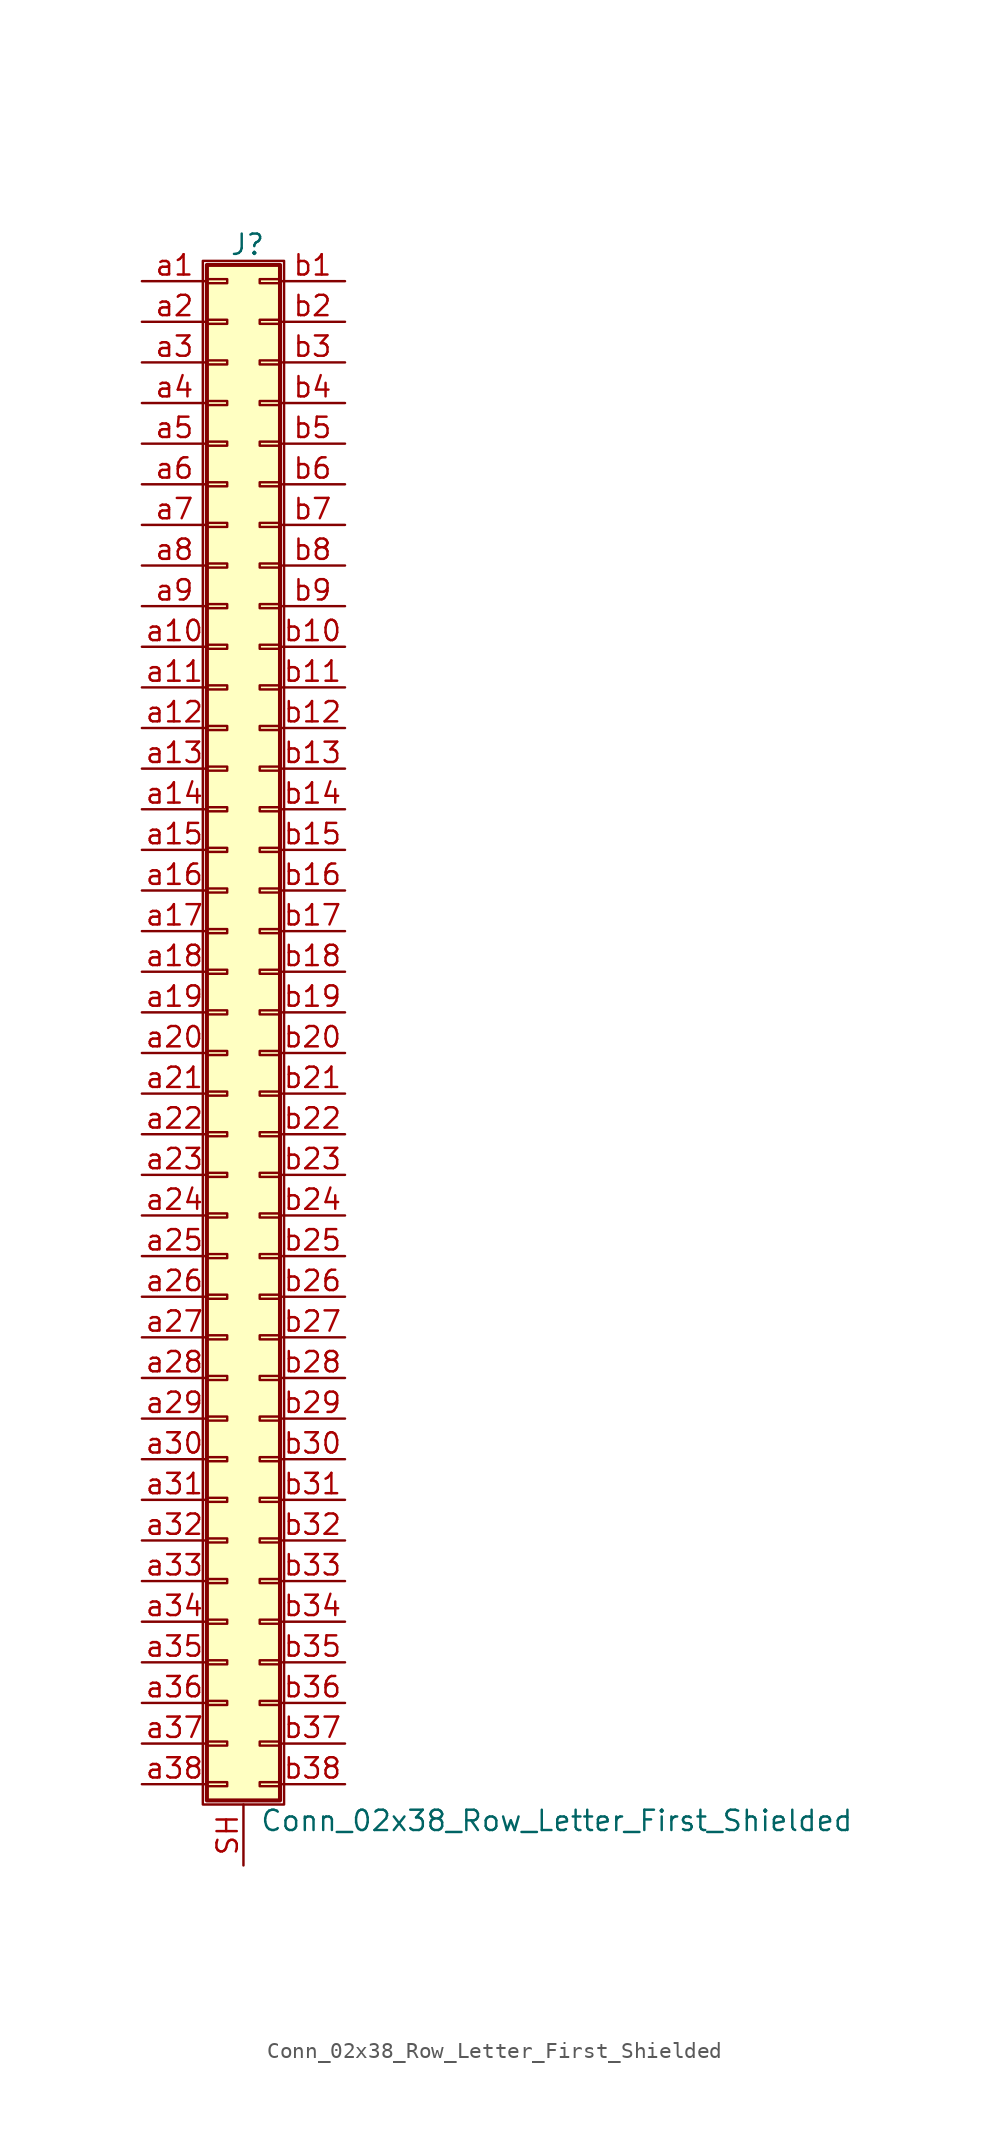
<source format=kicad_sym>
(kicad_symbol_lib
  (version 20211014)
  (generator kicad_symbol_editor)
  (symbol "Conn_02x38_Row_Letter_First_Shielded"
    (pin_names
      (offset 1.016) hide)
    (property "Reference" "J"
      (at 1.524 48.006 0)
      (effects (font (size 1.27 1.27))))
    (property "Value" "Conn_02x38_Row_Letter_First_Shielded"
      (at 2.286 -50.546 0)
      (effects (font (size 1.27 1.27)) (justify left)))
    (symbol "Conn_02x38_Row_Letter_First_Shielded_1_1"
      (rectangle (start -1.27 46.99) (end 3.81 -49.53) (stroke (width 0.152) (type default) (color 0 0 0 0)) (fill (type none)))
      (rectangle (start -1.016 -48.133) (end 0.254 -48.387) (stroke (width 0.152) (type default) (color 0 0 0 0)) (fill (type none)))
      (rectangle (start -1.016 -45.593) (end 0.254 -45.847) (stroke (width 0.152) (type default) (color 0 0 0 0)) (fill (type none)))
      (rectangle (start -1.016 -43.053) (end 0.254 -43.307) (stroke (width 0.152) (type default) (color 0 0 0 0)) (fill (type none)))
      (rectangle (start -1.016 -40.513) (end 0.254 -40.767) (stroke (width 0.152) (type default) (color 0 0 0 0)) (fill (type none)))
      (rectangle (start -1.016 -37.973) (end 0.254 -38.227) (stroke (width 0.152) (type default) (color 0 0 0 0)) (fill (type none)))
      (rectangle (start -1.016 -35.433) (end 0.254 -35.687) (stroke (width 0.152) (type default) (color 0 0 0 0)) (fill (type none)))
      (rectangle (start -1.016 -32.893) (end 0.254 -33.147) (stroke (width 0.152) (type default) (color 0 0 0 0)) (fill (type none)))
      (rectangle (start -1.016 -30.353) (end 0.254 -30.607) (stroke (width 0.152) (type default) (color 0 0 0 0)) (fill (type none)))
      (rectangle (start -1.016 -27.813) (end 0.254 -28.067) (stroke (width 0.152) (type default) (color 0 0 0 0)) (fill (type none)))
      (rectangle (start -1.016 -25.273) (end 0.254 -25.527) (stroke (width 0.152) (type default) (color 0 0 0 0)) (fill (type none)))
      (rectangle (start -1.016 -22.733) (end 0.254 -22.987) (stroke (width 0.152) (type default) (color 0 0 0 0)) (fill (type none)))
      (rectangle (start -1.016 -20.193) (end 0.254 -20.447) (stroke (width 0.152) (type default) (color 0 0 0 0)) (fill (type none)))
      (rectangle (start -1.016 -17.653) (end 0.254 -17.907) (stroke (width 0.152) (type default) (color 0 0 0 0)) (fill (type none)))
      (rectangle (start -1.016 -15.113) (end 0.254 -15.367) (stroke (width 0.152) (type default) (color 0 0 0 0)) (fill (type none)))
      (rectangle (start -1.016 -12.573) (end 0.254 -12.827) (stroke (width 0.152) (type default) (color 0 0 0 0)) (fill (type none)))
      (rectangle (start -1.016 -10.033) (end 0.254 -10.287) (stroke (width 0.152) (type default) (color 0 0 0 0)) (fill (type none)))
      (rectangle (start -1.016 -7.493) (end 0.254 -7.747) (stroke (width 0.152) (type default) (color 0 0 0 0)) (fill (type none)))
      (rectangle (start -1.016 -4.953) (end 0.254 -5.207) (stroke (width 0.152) (type default) (color 0 0 0 0)) (fill (type none)))
      (rectangle (start -1.016 -2.413) (end 0.254 -2.667) (stroke (width 0.152) (type default) (color 0 0 0 0)) (fill (type none)))
      (rectangle (start -1.016 0.127) (end 0.254 -0.127) (stroke (width 0.152) (type default) (color 0 0 0 0)) (fill (type none)))
      (rectangle (start -1.016 2.667) (end 0.254 2.413) (stroke (width 0.152) (type default) (color 0 0 0 0)) (fill (type none)))
      (rectangle (start -1.016 5.207) (end 0.254 4.953) (stroke (width 0.152) (type default) (color 0 0 0 0)) (fill (type none)))
      (rectangle (start -1.016 7.747) (end 0.254 7.493) (stroke (width 0.152) (type default) (color 0 0 0 0)) (fill (type none)))
      (rectangle (start -1.016 10.287) (end 0.254 10.033) (stroke (width 0.152) (type default) (color 0 0 0 0)) (fill (type none)))
      (rectangle (start -1.016 12.827) (end 0.254 12.573) (stroke (width 0.152) (type default) (color 0 0 0 0)) (fill (type none)))
      (rectangle (start -1.016 15.367) (end 0.254 15.113) (stroke (width 0.152) (type default) (color 0 0 0 0)) (fill (type none)))
      (rectangle (start -1.016 17.907) (end 0.254 17.653) (stroke (width 0.152) (type default) (color 0 0 0 0)) (fill (type none)))
      (rectangle (start -1.016 20.447) (end 0.254 20.193) (stroke (width 0.152) (type default) (color 0 0 0 0)) (fill (type none)))
      (rectangle (start -1.016 22.987) (end 0.254 22.733) (stroke (width 0.152) (type default) (color 0 0 0 0)) (fill (type none)))
      (rectangle (start -1.016 25.527) (end 0.254 25.273) (stroke (width 0.152) (type default) (color 0 0 0 0)) (fill (type none)))
      (rectangle (start -1.016 28.067) (end 0.254 27.813) (stroke (width 0.152) (type default) (color 0 0 0 0)) (fill (type none)))
      (rectangle (start -1.016 30.607) (end 0.254 30.353) (stroke (width 0.152) (type default) (color 0 0 0 0)) (fill (type none)))
      (rectangle (start -1.016 33.147) (end 0.254 32.893) (stroke (width 0.152) (type default) (color 0 0 0 0)) (fill (type none)))
      (rectangle (start -1.016 35.687) (end 0.254 35.433) (stroke (width 0.152) (type default) (color 0 0 0 0)) (fill (type none)))
      (rectangle (start -1.016 38.227) (end 0.254 37.973) (stroke (width 0.152) (type default) (color 0 0 0 0)) (fill (type none)))
      (rectangle (start -1.016 40.767) (end 0.254 40.513) (stroke (width 0.152) (type default) (color 0 0 0 0)) (fill (type none)))
      (rectangle (start -1.016 43.307) (end 0.254 43.053) (stroke (width 0.152) (type default) (color 0 0 0 0)) (fill (type none)))
      (rectangle (start -1.016 45.847) (end 0.254 45.593) (stroke (width 0.152) (type default) (color 0 0 0 0)) (fill (type none)))
      (rectangle (start -1.016 46.736) (end 3.556 -49.276) (stroke (width 0.254) (type default) (color 0 0 0 0)) (fill (type background)))
      (rectangle (start 3.556 -48.133) (end 2.286 -48.387) (stroke (width 0.152) (type default) (color 0 0 0 0)) (fill (type none)))
      (rectangle (start 3.556 -45.593) (end 2.286 -45.847) (stroke (width 0.152) (type default) (color 0 0 0 0)) (fill (type none)))
      (rectangle (start 3.556 -43.053) (end 2.286 -43.307) (stroke (width 0.152) (type default) (color 0 0 0 0)) (fill (type none)))
      (rectangle (start 3.556 -40.513) (end 2.286 -40.767) (stroke (width 0.152) (type default) (color 0 0 0 0)) (fill (type none)))
      (rectangle (start 3.556 -37.973) (end 2.286 -38.227) (stroke (width 0.152) (type default) (color 0 0 0 0)) (fill (type none)))
      (rectangle (start 3.556 -35.433) (end 2.286 -35.687) (stroke (width 0.152) (type default) (color 0 0 0 0)) (fill (type none)))
      (rectangle (start 3.556 -32.893) (end 2.286 -33.147) (stroke (width 0.152) (type default) (color 0 0 0 0)) (fill (type none)))
      (rectangle (start 3.556 -30.353) (end 2.286 -30.607) (stroke (width 0.152) (type default) (color 0 0 0 0)) (fill (type none)))
      (rectangle (start 3.556 -27.813) (end 2.286 -28.067) (stroke (width 0.152) (type default) (color 0 0 0 0)) (fill (type none)))
      (rectangle (start 3.556 -25.273) (end 2.286 -25.527) (stroke (width 0.152) (type default) (color 0 0 0 0)) (fill (type none)))
      (rectangle (start 3.556 -22.733) (end 2.286 -22.987) (stroke (width 0.152) (type default) (color 0 0 0 0)) (fill (type none)))
      (rectangle (start 3.556 -20.193) (end 2.286 -20.447) (stroke (width 0.152) (type default) (color 0 0 0 0)) (fill (type none)))
      (rectangle (start 3.556 -17.653) (end 2.286 -17.907) (stroke (width 0.152) (type default) (color 0 0 0 0)) (fill (type none)))
      (rectangle (start 3.556 -15.113) (end 2.286 -15.367) (stroke (width 0.152) (type default) (color 0 0 0 0)) (fill (type none)))
      (rectangle (start 3.556 -12.573) (end 2.286 -12.827) (stroke (width 0.152) (type default) (color 0 0 0 0)) (fill (type none)))
      (rectangle (start 3.556 -10.033) (end 2.286 -10.287) (stroke (width 0.152) (type default) (color 0 0 0 0)) (fill (type none)))
      (rectangle (start 3.556 -7.493) (end 2.286 -7.747) (stroke (width 0.152) (type default) (color 0 0 0 0)) (fill (type none)))
      (rectangle (start 3.556 -4.953) (end 2.286 -5.207) (stroke (width 0.152) (type default) (color 0 0 0 0)) (fill (type none)))
      (rectangle (start 3.556 -2.413) (end 2.286 -2.667) (stroke (width 0.152) (type default) (color 0 0 0 0)) (fill (type none)))
      (rectangle (start 3.556 0.127) (end 2.286 -0.127) (stroke (width 0.152) (type default) (color 0 0 0 0)) (fill (type none)))
      (rectangle (start 3.556 2.667) (end 2.286 2.413) (stroke (width 0.152) (type default) (color 0 0 0 0)) (fill (type none)))
      (rectangle (start 3.556 5.207) (end 2.286 4.953) (stroke (width 0.152) (type default) (color 0 0 0 0)) (fill (type none)))
      (rectangle (start 3.556 7.747) (end 2.286 7.493) (stroke (width 0.152) (type default) (color 0 0 0 0)) (fill (type none)))
      (rectangle (start 3.556 10.287) (end 2.286 10.033) (stroke (width 0.152) (type default) (color 0 0 0 0)) (fill (type none)))
      (rectangle (start 3.556 12.827) (end 2.286 12.573) (stroke (width 0.152) (type default) (color 0 0 0 0)) (fill (type none)))
      (rectangle (start 3.556 15.367) (end 2.286 15.113) (stroke (width 0.152) (type default) (color 0 0 0 0)) (fill (type none)))
      (rectangle (start 3.556 17.907) (end 2.286 17.653) (stroke (width 0.152) (type default) (color 0 0 0 0)) (fill (type none)))
      (rectangle (start 3.556 20.447) (end 2.286 20.193) (stroke (width 0.152) (type default) (color 0 0 0 0)) (fill (type none)))
      (rectangle (start 3.556 22.987) (end 2.286 22.733) (stroke (width 0.152) (type default) (color 0 0 0 0)) (fill (type none)))
      (rectangle (start 3.556 25.527) (end 2.286 25.273) (stroke (width 0.152) (type default) (color 0 0 0 0)) (fill (type none)))
      (rectangle (start 3.556 28.067) (end 2.286 27.813) (stroke (width 0.152) (type default) (color 0 0 0 0)) (fill (type none)))
      (rectangle (start 3.556 30.607) (end 2.286 30.353) (stroke (width 0.152) (type default) (color 0 0 0 0)) (fill (type none)))
      (rectangle (start 3.556 33.147) (end 2.286 32.893) (stroke (width 0.152) (type default) (color 0 0 0 0)) (fill (type none)))
      (rectangle (start 3.556 35.687) (end 2.286 35.433) (stroke (width 0.152) (type default) (color 0 0 0 0)) (fill (type none)))
      (rectangle (start 3.556 38.227) (end 2.286 37.973) (stroke (width 0.152) (type default) (color 0 0 0 0)) (fill (type none)))
      (rectangle (start 3.556 40.767) (end 2.286 40.513) (stroke (width 0.152) (type default) (color 0 0 0 0)) (fill (type none)))
      (rectangle (start 3.556 43.307) (end 2.286 43.053) (stroke (width 0.152) (type default) (color 0 0 0 0)) (fill (type none)))
      (rectangle (start 3.556 45.847) (end 2.286 45.593) (stroke (width 0.152) (type default) (color 0 0 0 0)) (fill (type none)))
      (pin passive line (at 1.27 -53.34 90) (length 3.81) (name "Shield" (effects (font (size 1.27 1.27)))) (number "SH" (effects (font (size 1.27 1.27)))))
      (pin passive line (at -5.08 45.72 0) (length 4.064) (name "Pin_a1" (effects (font (size 1.27 1.27)))) (number "a1" (effects (font (size 1.27 1.27)))))
      (pin passive line (at -5.08 22.86 0) (length 4.064) (name "Pin_a10" (effects (font (size 1.27 1.27)))) (number "a10" (effects (font (size 1.27 1.27)))))
      (pin passive line (at -5.08 20.32 0) (length 4.064) (name "Pin_a11" (effects (font (size 1.27 1.27)))) (number "a11" (effects (font (size 1.27 1.27)))))
      (pin passive line (at -5.08 17.78 0) (length 4.064) (name "Pin_a12" (effects (font (size 1.27 1.27)))) (number "a12" (effects (font (size 1.27 1.27)))))
      (pin passive line (at -5.08 15.24 0) (length 4.064) (name "Pin_a13" (effects (font (size 1.27 1.27)))) (number "a13" (effects (font (size 1.27 1.27)))))
      (pin passive line (at -5.08 12.7 0) (length 4.064) (name "Pin_a14" (effects (font (size 1.27 1.27)))) (number "a14" (effects (font (size 1.27 1.27)))))
      (pin passive line (at -5.08 10.16 0) (length 4.064) (name "Pin_a15" (effects (font (size 1.27 1.27)))) (number "a15" (effects (font (size 1.27 1.27)))))
      (pin passive line (at -5.08 7.62 0) (length 4.064) (name "Pin_a16" (effects (font (size 1.27 1.27)))) (number "a16" (effects (font (size 1.27 1.27)))))
      (pin passive line (at -5.08 5.08 0) (length 4.064) (name "Pin_a17" (effects (font (size 1.27 1.27)))) (number "a17" (effects (font (size 1.27 1.27)))))
      (pin passive line (at -5.08 2.54 0) (length 4.064) (name "Pin_a18" (effects (font (size 1.27 1.27)))) (number "a18" (effects (font (size 1.27 1.27)))))
      (pin passive line (at -5.08 0 0) (length 4.064) (name "Pin_a19" (effects (font (size 1.27 1.27)))) (number "a19" (effects (font (size 1.27 1.27)))))
      (pin passive line (at -5.08 43.18 0) (length 4.064) (name "Pin_a2" (effects (font (size 1.27 1.27)))) (number "a2" (effects (font (size 1.27 1.27)))))
      (pin passive line (at -5.08 -2.54 0) (length 4.064) (name "Pin_a20" (effects (font (size 1.27 1.27)))) (number "a20" (effects (font (size 1.27 1.27)))))
      (pin passive line (at -5.08 -5.08 0) (length 4.064) (name "Pin_a21" (effects (font (size 1.27 1.27)))) (number "a21" (effects (font (size 1.27 1.27)))))
      (pin passive line (at -5.08 -7.62 0) (length 4.064) (name "Pin_a22" (effects (font (size 1.27 1.27)))) (number "a22" (effects (font (size 1.27 1.27)))))
      (pin passive line (at -5.08 -10.16 0) (length 4.064) (name "Pin_a23" (effects (font (size 1.27 1.27)))) (number "a23" (effects (font (size 1.27 1.27)))))
      (pin passive line (at -5.08 -12.7 0) (length 4.064) (name "Pin_a24" (effects (font (size 1.27 1.27)))) (number "a24" (effects (font (size 1.27 1.27)))))
      (pin passive line (at -5.08 -15.24 0) (length 4.064) (name "Pin_a25" (effects (font (size 1.27 1.27)))) (number "a25" (effects (font (size 1.27 1.27)))))
      (pin passive line (at -5.08 -17.78 0) (length 4.064) (name "Pin_a26" (effects (font (size 1.27 1.27)))) (number "a26" (effects (font (size 1.27 1.27)))))
      (pin passive line (at -5.08 -20.32 0) (length 4.064) (name "Pin_a27" (effects (font (size 1.27 1.27)))) (number "a27" (effects (font (size 1.27 1.27)))))
      (pin passive line (at -5.08 -22.86 0) (length 4.064) (name "Pin_a28" (effects (font (size 1.27 1.27)))) (number "a28" (effects (font (size 1.27 1.27)))))
      (pin passive line (at -5.08 -25.4 0) (length 4.064) (name "Pin_a29" (effects (font (size 1.27 1.27)))) (number "a29" (effects (font (size 1.27 1.27)))))
      (pin passive line (at -5.08 40.64 0) (length 4.064) (name "Pin_a3" (effects (font (size 1.27 1.27)))) (number "a3" (effects (font (size 1.27 1.27)))))
      (pin passive line (at -5.08 -27.94 0) (length 4.064) (name "Pin_a30" (effects (font (size 1.27 1.27)))) (number "a30" (effects (font (size 1.27 1.27)))))
      (pin passive line (at -5.08 -30.48 0) (length 4.064) (name "Pin_a31" (effects (font (size 1.27 1.27)))) (number "a31" (effects (font (size 1.27 1.27)))))
      (pin passive line (at -5.08 -33.02 0) (length 4.064) (name "Pin_a32" (effects (font (size 1.27 1.27)))) (number "a32" (effects (font (size 1.27 1.27)))))
      (pin passive line (at -5.08 -35.56 0) (length 4.064) (name "Pin_a33" (effects (font (size 1.27 1.27)))) (number "a33" (effects (font (size 1.27 1.27)))))
      (pin passive line (at -5.08 -38.1 0) (length 4.064) (name "Pin_a34" (effects (font (size 1.27 1.27)))) (number "a34" (effects (font (size 1.27 1.27)))))
      (pin passive line (at -5.08 -40.64 0) (length 4.064) (name "Pin_a35" (effects (font (size 1.27 1.27)))) (number "a35" (effects (font (size 1.27 1.27)))))
      (pin passive line (at -5.08 -43.18 0) (length 4.064) (name "Pin_a36" (effects (font (size 1.27 1.27)))) (number "a36" (effects (font (size 1.27 1.27)))))
      (pin passive line (at -5.08 -45.72 0) (length 4.064) (name "Pin_a37" (effects (font (size 1.27 1.27)))) (number "a37" (effects (font (size 1.27 1.27)))))
      (pin passive line (at -5.08 -48.26 0) (length 4.064) (name "Pin_a38" (effects (font (size 1.27 1.27)))) (number "a38" (effects (font (size 1.27 1.27)))))
      (pin passive line (at -5.08 38.1 0) (length 4.064) (name "Pin_a4" (effects (font (size 1.27 1.27)))) (number "a4" (effects (font (size 1.27 1.27)))))
      (pin passive line (at -5.08 35.56 0) (length 4.064) (name "Pin_a5" (effects (font (size 1.27 1.27)))) (number "a5" (effects (font (size 1.27 1.27)))))
      (pin passive line (at -5.08 33.02 0) (length 4.064) (name "Pin_a6" (effects (font (size 1.27 1.27)))) (number "a6" (effects (font (size 1.27 1.27)))))
      (pin passive line (at -5.08 30.48 0) (length 4.064) (name "Pin_a7" (effects (font (size 1.27 1.27)))) (number "a7" (effects (font (size 1.27 1.27)))))
      (pin passive line (at -5.08 27.94 0) (length 4.064) (name "Pin_a8" (effects (font (size 1.27 1.27)))) (number "a8" (effects (font (size 1.27 1.27)))))
      (pin passive line (at -5.08 25.4 0) (length 4.064) (name "Pin_a9" (effects (font (size 1.27 1.27)))) (number "a9" (effects (font (size 1.27 1.27)))))
      (pin passive line (at 7.62 45.72 180) (length 4.064) (name "Pin_b1" (effects (font (size 1.27 1.27)))) (number "b1" (effects (font (size 1.27 1.27)))))
      (pin passive line (at 7.62 22.86 180) (length 4.064) (name "Pin_b10" (effects (font (size 1.27 1.27)))) (number "b10" (effects (font (size 1.27 1.27)))))
      (pin passive line (at 7.62 20.32 180) (length 4.064) (name "Pin_b11" (effects (font (size 1.27 1.27)))) (number "b11" (effects (font (size 1.27 1.27)))))
      (pin passive line (at 7.62 17.78 180) (length 4.064) (name "Pin_b12" (effects (font (size 1.27 1.27)))) (number "b12" (effects (font (size 1.27 1.27)))))
      (pin passive line (at 7.62 15.24 180) (length 4.064) (name "Pin_b13" (effects (font (size 1.27 1.27)))) (number "b13" (effects (font (size 1.27 1.27)))))
      (pin passive line (at 7.62 12.7 180) (length 4.064) (name "Pin_b14" (effects (font (size 1.27 1.27)))) (number "b14" (effects (font (size 1.27 1.27)))))
      (pin passive line (at 7.62 10.16 180) (length 4.064) (name "Pin_b15" (effects (font (size 1.27 1.27)))) (number "b15" (effects (font (size 1.27 1.27)))))
      (pin passive line (at 7.62 7.62 180) (length 4.064) (name "Pin_b16" (effects (font (size 1.27 1.27)))) (number "b16" (effects (font (size 1.27 1.27)))))
      (pin passive line (at 7.62 5.08 180) (length 4.064) (name "Pin_b17" (effects (font (size 1.27 1.27)))) (number "b17" (effects (font (size 1.27 1.27)))))
      (pin passive line (at 7.62 2.54 180) (length 4.064) (name "Pin_b18" (effects (font (size 1.27 1.27)))) (number "b18" (effects (font (size 1.27 1.27)))))
      (pin passive line (at 7.62 0 180) (length 4.064) (name "Pin_b19" (effects (font (size 1.27 1.27)))) (number "b19" (effects (font (size 1.27 1.27)))))
      (pin passive line (at 7.62 43.18 180) (length 4.064) (name "Pin_b2" (effects (font (size 1.27 1.27)))) (number "b2" (effects (font (size 1.27 1.27)))))
      (pin passive line (at 7.62 -2.54 180) (length 4.064) (name "Pin_b20" (effects (font (size 1.27 1.27)))) (number "b20" (effects (font (size 1.27 1.27)))))
      (pin passive line (at 7.62 -5.08 180) (length 4.064) (name "Pin_b21" (effects (font (size 1.27 1.27)))) (number "b21" (effects (font (size 1.27 1.27)))))
      (pin passive line (at 7.62 -7.62 180) (length 4.064) (name "Pin_b22" (effects (font (size 1.27 1.27)))) (number "b22" (effects (font (size 1.27 1.27)))))
      (pin passive line (at 7.62 -10.16 180) (length 4.064) (name "Pin_b23" (effects (font (size 1.27 1.27)))) (number "b23" (effects (font (size 1.27 1.27)))))
      (pin passive line (at 7.62 -12.7 180) (length 4.064) (name "Pin_b24" (effects (font (size 1.27 1.27)))) (number "b24" (effects (font (size 1.27 1.27)))))
      (pin passive line (at 7.62 -15.24 180) (length 4.064) (name "Pin_b25" (effects (font (size 1.27 1.27)))) (number "b25" (effects (font (size 1.27 1.27)))))
      (pin passive line (at 7.62 -17.78 180) (length 4.064) (name "Pin_b26" (effects (font (size 1.27 1.27)))) (number "b26" (effects (font (size 1.27 1.27)))))
      (pin passive line (at 7.62 -20.32 180) (length 4.064) (name "Pin_b27" (effects (font (size 1.27 1.27)))) (number "b27" (effects (font (size 1.27 1.27)))))
      (pin passive line (at 7.62 -22.86 180) (length 4.064) (name "Pin_b28" (effects (font (size 1.27 1.27)))) (number "b28" (effects (font (size 1.27 1.27)))))
      (pin passive line (at 7.62 -25.4 180) (length 4.064) (name "Pin_b29" (effects (font (size 1.27 1.27)))) (number "b29" (effects (font (size 1.27 1.27)))))
      (pin passive line (at 7.62 40.64 180) (length 4.064) (name "Pin_b3" (effects (font (size 1.27 1.27)))) (number "b3" (effects (font (size 1.27 1.27)))))
      (pin passive line (at 7.62 -27.94 180) (length 4.064) (name "Pin_b30" (effects (font (size 1.27 1.27)))) (number "b30" (effects (font (size 1.27 1.27)))))
      (pin passive line (at 7.62 -30.48 180) (length 4.064) (name "Pin_b31" (effects (font (size 1.27 1.27)))) (number "b31" (effects (font (size 1.27 1.27)))))
      (pin passive line (at 7.62 -33.02 180) (length 4.064) (name "Pin_b32" (effects (font (size 1.27 1.27)))) (number "b32" (effects (font (size 1.27 1.27)))))
      (pin passive line (at 7.62 -35.56 180) (length 4.064) (name "Pin_b33" (effects (font (size 1.27 1.27)))) (number "b33" (effects (font (size 1.27 1.27)))))
      (pin passive line (at 7.62 -38.1 180) (length 4.064) (name "Pin_b34" (effects (font (size 1.27 1.27)))) (number "b34" (effects (font (size 1.27 1.27)))))
      (pin passive line (at 7.62 -40.64 180) (length 4.064) (name "Pin_b35" (effects (font (size 1.27 1.27)))) (number "b35" (effects (font (size 1.27 1.27)))))
      (pin passive line (at 7.62 -43.18 180) (length 4.064) (name "Pin_b36" (effects (font (size 1.27 1.27)))) (number "b36" (effects (font (size 1.27 1.27)))))
      (pin passive line (at 7.62 -45.72 180) (length 4.064) (name "Pin_b37" (effects (font (size 1.27 1.27)))) (number "b37" (effects (font (size 1.27 1.27)))))
      (pin passive line (at 7.62 -48.26 180) (length 4.064) (name "Pin_b38" (effects (font (size 1.27 1.27)))) (number "b38" (effects (font (size 1.27 1.27)))))
      (pin passive line (at 7.62 38.1 180) (length 4.064) (name "Pin_b4" (effects (font (size 1.27 1.27)))) (number "b4" (effects (font (size 1.27 1.27)))))
      (pin passive line (at 7.62 35.56 180) (length 4.064) (name "Pin_b5" (effects (font (size 1.27 1.27)))) (number "b5" (effects (font (size 1.27 1.27)))))
      (pin passive line (at 7.62 33.02 180) (length 4.064) (name "Pin_b6" (effects (font (size 1.27 1.27)))) (number "b6" (effects (font (size 1.27 1.27)))))
      (pin passive line (at 7.62 30.48 180) (length 4.064) (name "Pin_b7" (effects (font (size 1.27 1.27)))) (number "b7" (effects (font (size 1.27 1.27)))))
      (pin passive line (at 7.62 27.94 180) (length 4.064) (name "Pin_b8" (effects (font (size 1.27 1.27)))) (number "b8" (effects (font (size 1.27 1.27)))))
      (pin passive line (at 7.62 25.4 180) (length 4.064) (name "Pin_b9" (effects (font (size 1.27 1.27)))) (number "b9" (effects (font (size 1.27 1.27))))))))
</source>
